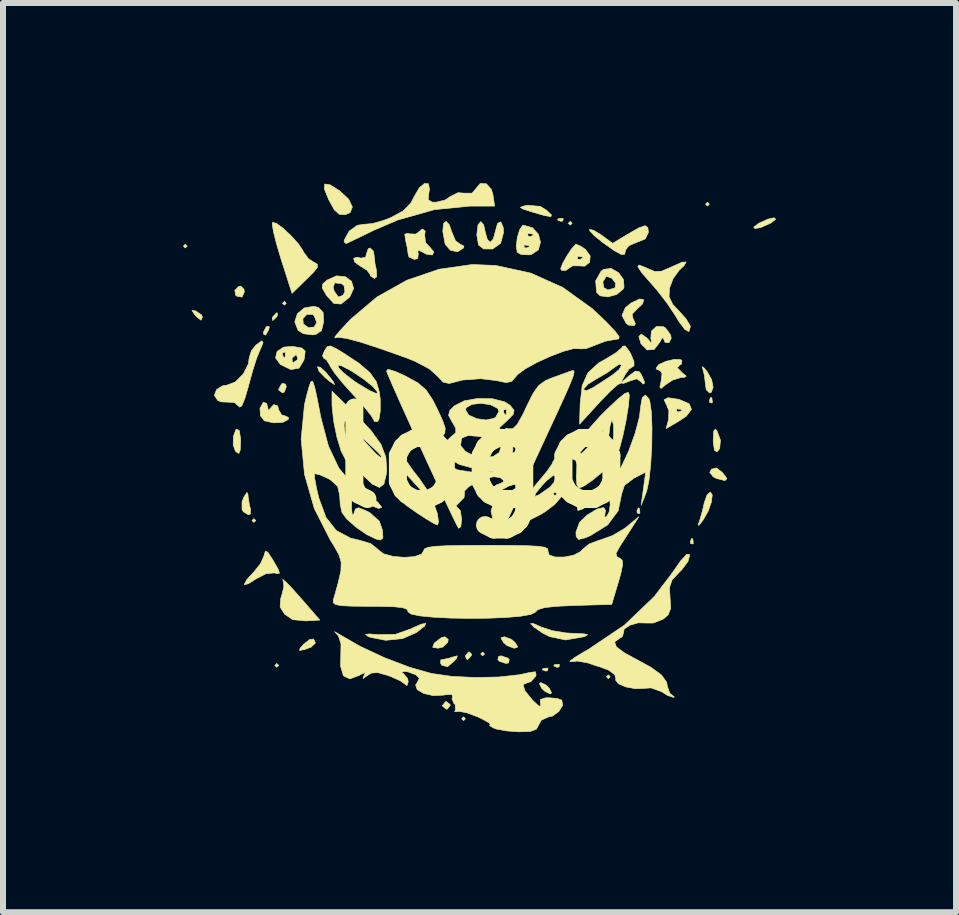
<source format=kicad_pcb>
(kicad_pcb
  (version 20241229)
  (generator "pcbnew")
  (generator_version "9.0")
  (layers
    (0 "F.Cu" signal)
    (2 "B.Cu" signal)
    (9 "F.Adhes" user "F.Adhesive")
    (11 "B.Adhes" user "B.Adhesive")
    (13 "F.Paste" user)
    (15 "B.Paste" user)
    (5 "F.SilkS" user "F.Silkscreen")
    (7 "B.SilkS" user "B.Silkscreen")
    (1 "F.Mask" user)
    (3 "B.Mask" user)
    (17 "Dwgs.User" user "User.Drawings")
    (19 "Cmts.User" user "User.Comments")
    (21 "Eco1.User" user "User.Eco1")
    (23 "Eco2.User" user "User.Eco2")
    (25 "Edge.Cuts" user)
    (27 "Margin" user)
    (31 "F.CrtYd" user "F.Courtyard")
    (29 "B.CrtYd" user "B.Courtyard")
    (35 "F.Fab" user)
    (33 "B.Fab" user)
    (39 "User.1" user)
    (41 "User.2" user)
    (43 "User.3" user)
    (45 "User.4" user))
  (footprint "logo"
    (layer "F.Cu")
    (at 4.958 4.574)
    (property "Reference" "logo" (at 0 0 0) (layer "F.SilkS") (effects (font (size 1.524 1.524) (thickness 0.3))))
    (attr through_hole)
    (fp_poly (pts (xy -4.889 -3.524) (xy -4.921 -3.493) (xy -4.953 -3.524) (xy -4.921 -3.556) (xy -4.889 -3.524)) (stroke (width 0.01) (type solid)) (fill yes) (layer "F.SilkS"))
    (fp_poly (pts (xy -3.747 1.048) (xy -3.778 1.079) (xy -3.81 1.048) (xy -3.778 1.016) (xy -3.747 1.048)) (stroke (width 0.01) (type solid)) (fill yes) (layer "F.SilkS"))
    (fp_poly (pts (xy -3.365 3.461) (xy -3.397 3.493) (xy -3.429 3.461) (xy -3.397 3.429) (xy -3.365 3.461)) (stroke (width 0.01) (type solid)) (fill yes) (layer "F.SilkS"))
    (fp_poly (pts (xy -3.239 -2.572) (xy -3.27 -2.54) (xy -3.302 -2.572) (xy -3.27 -2.603) (xy -3.239 -2.572)) (stroke (width 0.01) (type solid)) (fill yes) (layer "F.SilkS"))
    (fp_poly (pts (xy -0.254 4.35) (xy -0.286 4.381) (xy -0.318 4.35) (xy -0.286 4.318) (xy -0.254 4.35)) (stroke (width 0.01) (type solid)) (fill yes) (layer "F.SilkS"))
    (fp_poly (pts (xy 0.064 3.27) (xy 0.032 3.302) (xy 0 3.27) (xy 0.032 3.239) (xy 0.064 3.27)) (stroke (width 0.01) (type solid)) (fill yes) (layer "F.SilkS"))
    (fp_poly (pts (xy 1.524 -3.905) (xy 1.492 -3.873) (xy 1.46 -3.905) (xy 1.492 -3.937) (xy 1.524 -3.905)) (stroke (width 0.01) (type solid)) (fill yes) (layer "F.SilkS"))
    (fp_poly (pts (xy 2.159 3.651) (xy 2.127 3.683) (xy 2.095 3.651) (xy 2.127 3.619) (xy 2.159 3.651)) (stroke (width 0.01) (type solid)) (fill yes) (layer "F.SilkS"))
    (fp_poly (pts (xy 2.336 -1.243) (xy 2.331 -1.238) (xy 2.333 -1.242) (xy 2.334 -1.243) (xy 2.336 -1.243)) (stroke (width 0.01) (type solid)) (fill yes) (layer "F.SilkS"))
    (fp_poly (pts (xy 3.81 -4.223) (xy 3.778 -4.191) (xy 3.747 -4.223) (xy 3.778 -4.255) (xy 3.81 -4.223)) (stroke (width 0.01) (type solid)) (fill yes) (layer "F.SilkS"))
    (fp_poly (pts (xy 1.122 3.514) (xy 1.113 3.551) (xy 1.079 3.556) (xy 1.027 3.533) (xy 1.037 3.514) (xy 1.113 3.506) (xy 1.122 3.514)) (stroke (width 0.01) (type solid)) (fill yes) (layer "F.SilkS"))
    (fp_poly (pts (xy 1.312 3.45) (xy 1.304 3.488) (xy 1.27 3.493) (xy 1.218 3.469) (xy 1.228 3.45) (xy 1.303 3.443) (xy 1.312 3.45)) (stroke (width 0.01) (type solid)) (fill yes) (layer "F.SilkS"))
    (fp_poly (pts (xy 1.376 -3.979) (xy 1.367 -3.942) (xy 1.333 -3.937) (xy 1.281 -3.96) (xy 1.291 -3.979) (xy 1.367 -3.987) (xy 1.376 -3.979)) (stroke (width 0.01) (type solid)) (fill yes) (layer "F.SilkS"))
    (fp_poly (pts (xy 2.646 0.847) (xy 2.653 0.922) (xy 2.646 0.931) (xy 2.608 0.923) (xy 2.603 0.889) (xy 2.627 0.837) (xy 2.646 0.847)) (stroke (width 0.01) (type solid)) (fill yes) (layer "F.SilkS"))
    (fp_poly (pts (xy 3.535 1.355) (xy 3.542 1.43) (xy 3.535 1.439) (xy 3.497 1.431) (xy 3.493 1.397) (xy 3.516 1.345) (xy 3.535 1.355)) (stroke (width 0.01) (type solid)) (fill yes) (layer "F.SilkS"))
    (fp_poly (pts (xy 3.852 -0.995) (xy 3.86 -0.919) (xy 3.852 -0.91) (xy 3.815 -0.919) (xy 3.81 -0.953) (xy 3.833 -1.005) (xy 3.852 -0.995)) (stroke (width 0.01) (type solid)) (fill yes) (layer "F.SilkS"))
    (fp_poly (pts (xy -3.521 -2.18) (xy -3.532 -2.131) (xy -3.583 -2.041) (xy -3.616 -2.056) (xy -3.619 -2.092) (xy -3.573 -2.178) (xy -3.557 -2.19) (xy -3.521 -2.18)) (stroke (width 0.01) (type solid)) (fill yes) (layer "F.SilkS"))
    (fp_poly (pts (xy -4.76 -2.447) (xy -4.74 -2.439) (xy -4.65 -2.377) (xy -4.636 -2.343) (xy -4.658 -2.289) (xy -4.73 -2.344) (xy -4.764 -2.383) (xy -4.81 -2.452) (xy -4.76 -2.447)) (stroke (width 0.01) (type solid)) (fill yes) (layer "F.SilkS"))
    (fp_poly (pts (xy -3.944 -2.806) (xy -3.937 -2.762) (xy -3.976 -2.675) (xy -4.064 -2.69) (xy -4.083 -2.708) (xy -4.096 -2.787) (xy -4.032 -2.851) (xy -3.997 -2.857) (xy -3.944 -2.806)) (stroke (width 0.01) (type solid)) (fill yes) (layer "F.SilkS"))
    (fp_poly (pts (xy -3.385 -2.372) (xy -3.397 -2.349) (xy -3.457 -2.289) (xy -3.468 -2.286) (xy -3.473 -2.327) (xy -3.461 -2.349) (xy -3.401 -2.41) (xy -3.39 -2.413) (xy -3.385 -2.372)) (stroke (width 0.01) (type solid)) (fill yes) (layer "F.SilkS"))
    (fp_poly (pts (xy -3.248 -1.224) (xy -3.239 -1.178) (xy -3.272 -1.092) (xy -3.302 -1.079) (xy -3.364 -1.125) (xy -3.365 -1.139) (xy -3.319 -1.225) (xy -3.302 -1.238) (xy -3.248 -1.224)) (stroke (width 0.01) (type solid)) (fill yes) (layer "F.SilkS"))
    (fp_poly (pts (xy -2.753 3.088) (xy -2.826 3.157) (xy -2.926 3.195) (xy -3.017 3.213) (xy -3.01 3.177) (xy -2.95 3.109) (xy -2.849 3.03) (xy -2.784 3.022) (xy -2.753 3.088)) (stroke (width 0.01) (type solid)) (fill yes) (layer "F.SilkS"))
    (fp_poly (pts (xy -0.51 4.112) (xy -0.508 4.128) (xy -0.556 4.189) (xy -0.572 4.191) (xy -0.633 4.143) (xy -0.635 4.128) (xy -0.587 4.066) (xy -0.572 4.064) (xy -0.51 4.112)) (stroke (width 0.01) (type solid)) (fill yes) (layer "F.SilkS"))
    (fp_poly (pts (xy -0.149 3.277) (xy -0.159 3.302) (xy -0.216 3.363) (xy -0.226 3.365) (xy -0.253 3.316) (xy -0.254 3.302) (xy -0.205 3.241) (xy -0.187 3.239) (xy -0.149 3.277)) (stroke (width 0.01) (type solid)) (fill yes) (layer "F.SilkS"))
    (fp_poly (pts (xy 0.107 0.422) (xy 0.095 0.445) (xy 0.035 0.505) (xy 0.024 0.508) (xy 0.02 0.467) (xy 0.032 0.445) (xy 0.092 0.384) (xy 0.103 0.381) (xy 0.107 0.422)) (stroke (width 0.01) (type solid)) (fill yes) (layer "F.SilkS"))
    (fp_poly (pts (xy 0.451 3.339) (xy 0.476 3.365) (xy 0.463 3.42) (xy 0.42 3.429) (xy 0.311 3.392) (xy 0.286 3.365) (xy 0.299 3.311) (xy 0.342 3.302) (xy 0.451 3.339)) (stroke (width 0.01) (type solid)) (fill yes) (layer "F.SilkS"))
    (fp_poly (pts (xy 1.09 3.79) (xy 1.143 3.842) (xy 1.181 3.918) (xy 1.159 3.937) (xy 1.069 3.893) (xy 1.016 3.842) (xy 0.978 3.765) (xy 1 3.747) (xy 1.09 3.79)) (stroke (width 0.01) (type solid)) (fill yes) (layer "F.SilkS"))
    (fp_poly (pts (xy -0.541 3.029) (xy -0.549 3.08) (xy -0.635 3.158) (xy -0.713 3.175) (xy -0.8 3.16) (xy -0.776 3.097) (xy -0.762 3.08) (xy -0.655 2.999) (xy -0.597 2.985) (xy -0.541 3.029)) (stroke (width 0.01) (type solid)) (fill yes) (layer "F.SilkS"))
    (fp_poly (pts (xy 3.937 -0.445) (xy 3.994 -0.292) (xy 3.982 -0.152) (xy 3.937 -0.095) (xy 3.895 -0.123) (xy 3.875 -0.255) (xy 3.874 -0.298) (xy 3.883 -0.444) (xy 3.91 -0.476) (xy 3.937 -0.445)) (stroke (width 0.01) (type solid)) (fill yes) (layer "F.SilkS"))
    (fp_poly (pts (xy 4.031 0.252) (xy 4.101 0.347) (xy 4.076 0.379) (xy 4.058 0.38) (xy 3.927 0.347) (xy 3.874 0.319) (xy 3.816 0.245) (xy 3.847 0.192) (xy 3.929 0.171) (xy 4.031 0.252)) (stroke (width 0.01) (type solid)) (fill yes) (layer "F.SilkS"))
    (fp_poly (pts (xy -2.672 -1.506) (xy -2.579 -1.42) (xy -2.551 -1.387) (xy -2.449 -1.256) (xy -2.435 -1.217) (xy -2.51 -1.267) (xy -2.593 -1.335) (xy -2.692 -1.438) (xy -2.72 -1.513) (xy -2.72 -1.513) (xy -2.672 -1.506)) (stroke (width 0.01) (type solid)) (fill yes) (layer "F.SilkS"))
    (fp_poly (pts (xy -0.407 3.348) (xy -0.436 3.385) (xy -0.553 3.483) (xy -0.645 3.459) (xy -0.667 3.429) (xy -0.665 3.37) (xy -0.644 3.365) (xy -0.536 3.345) (xy -0.466 3.322) (xy -0.387 3.301) (xy -0.407 3.348)) (stroke (width 0.01) (type solid)) (fill yes) (layer "F.SilkS"))
    (fp_poly (pts (xy 0.516 3.03) (xy 0.572 3.08) (xy 0.617 3.155) (xy 0.562 3.175) (xy 0.555 3.175) (xy 0.437 3.13) (xy 0.381 3.08) (xy 0.336 3.004) (xy 0.39 2.985) (xy 0.397 2.985) (xy 0.516 3.03)) (stroke (width 0.01) (type solid)) (fill yes) (layer "F.SilkS"))
    (fp_poly (pts (xy 0.993 -4.186) (xy 1.098 -4.121) (xy 1.179 -4.044) (xy 1.17 -4.015) (xy 1.063 -4.033) (xy 0.858 -4.092) (xy 0.704 -4.142) (xy 0.661 -4.17) (xy 0.72 -4.192) (xy 0.782 -4.204) (xy 0.993 -4.186)) (stroke (width 0.01) (type solid)) (fill yes) (layer "F.SilkS"))
    (fp_poly (pts (xy 4.914 -3.972) (xy 4.835 -3.91) (xy 4.826 -3.905) (xy 4.677 -3.838) (xy 4.572 -3.815) (xy 4.548 -3.839) (xy 4.627 -3.9) (xy 4.636 -3.905) (xy 4.785 -3.973) (xy 4.889 -3.996) (xy 4.914 -3.972)) (stroke (width 0.01) (type solid)) (fill yes) (layer "F.SilkS"))
    (fp_poly (pts (xy -4.021 -0.449) (xy -4.001 -0.32) (xy -4 -0.289) (xy -4.006 -0.127) (xy -4.028 -0.07) (xy -4.076 -0.097) (xy -4.085 -0.106) (xy -4.123 -0.209) (xy -4.12 -0.352) (xy -4.08 -0.462) (xy -4.064 -0.476) (xy -4.021 -0.449)) (stroke (width 0.01) (type solid)) (fill yes) (layer "F.SilkS"))
    (fp_poly (pts (xy -3.877 0.613) (xy -3.875 0.646) (xy -3.851 0.803) (xy -3.835 0.852) (xy -3.836 0.937) (xy -3.869 0.953) (xy -3.953 0.902) (xy -3.976 0.861) (xy -3.976 0.735) (xy -3.944 0.655) (xy -3.893 0.579) (xy -3.877 0.613)) (stroke (width 0.01) (type solid)) (fill yes) (layer "F.SilkS"))
    (fp_poly (pts (xy -2.509 -4.545) (xy -2.351 -4.446) (xy -2.199 -4.305) (xy -2.138 -4.176) (xy -2.175 -4.082) (xy -2.254 -4.048) (xy -2.354 -4.053) (xy -2.437 -4.127) (xy -2.532 -4.297) (xy -2.605 -4.477) (xy -2.598 -4.559) (xy -2.509 -4.545)) (stroke (width 0.01) (type solid)) (fill yes) (layer "F.SilkS"))
    (fp_poly (pts (xy 3.723 -1.492) (xy 3.773 -1.432) (xy 3.848 -1.299) (xy 3.872 -1.169) (xy 3.84 -1.088) (xy 3.81 -1.079) (xy 3.758 -1.132) (xy 3.747 -1.201) (xy 3.727 -1.372) (xy 3.71 -1.439) (xy 3.691 -1.515) (xy 3.723 -1.492)) (stroke (width 0.01) (type solid)) (fill yes) (layer "F.SilkS"))
    (fp_poly (pts (xy 2.64 -1.433) (xy 2.67 -1.394) (xy 2.722 -1.279) (xy 2.729 -1.238) (xy 2.703 -1.225) (xy 2.674 -1.261) (xy 2.599 -1.314) (xy 2.493 -1.279) (xy 2.381 -1.238) (xy 2.336 -1.243) (xy 2.471 -1.363) (xy 2.577 -1.442) (xy 2.64 -1.433)) (stroke (width 0.01) (type solid)) (fill yes) (layer "F.SilkS"))
    (fp_poly (pts (xy 3.858 0.621) (xy 3.843 0.742) (xy 3.788 0.895) (xy 3.705 1.039) (xy 3.703 1.043) (xy 3.634 1.131) (xy 3.625 1.118) (xy 3.648 1.048) (xy 3.695 0.886) (xy 3.727 0.746) (xy 3.772 0.62) (xy 3.825 0.572) (xy 3.858 0.621)) (stroke (width 0.01) (type solid)) (fill yes) (layer "F.SilkS"))
    (fp_poly (pts (xy -0.936 2.807) (xy -1.067 2.912) (xy -1.07 2.914) (xy -1.303 3.015) (xy -1.581 3.043) (xy -1.84 2.993) (xy -1.873 2.979) (xy -1.919 2.946) (xy -1.855 2.937) (xy -1.707 2.949) (xy -1.418 2.943) (xy -1.172 2.856) (xy -0.995 2.776) (xy -0.914 2.76) (xy -0.936 2.807)) (stroke (width 0.01) (type solid)) (fill yes) (layer "F.SilkS"))
    (fp_poly (pts (xy -0.524 -3.882) (xy -0.477 -3.75) (xy -0.476 -3.747) (xy -0.419 -3.611) (xy -0.34 -3.556) (xy -0.279 -3.524) (xy -0.286 -3.493) (xy -0.384 -3.429) (xy -0.503 -3.454) (xy -0.589 -3.552) (xy -0.595 -3.572) (xy -0.631 -3.771) (xy -0.619 -3.901) (xy -0.577 -3.937) (xy -0.524 -3.882)) (stroke (width 0.01) (type solid)) (fill yes) (layer "F.SilkS"))
    (fp_poly (pts (xy 1.013 2.824) (xy 1.188 2.882) (xy 1.42 2.92) (xy 1.537 2.927) (xy 1.718 2.935) (xy 1.782 2.949) (xy 1.742 2.975) (xy 1.714 2.985) (xy 1.414 3.037) (xy 1.149 2.982) (xy 1.032 2.922) (xy 0.884 2.821) (xy 0.831 2.765) (xy 0.875 2.763) (xy 1.013 2.824)) (stroke (width 0.01) (type solid)) (fill yes) (layer "F.SilkS"))
    (fp_poly (pts (xy 2.717 -2.632) (xy 2.697 -2.562) (xy 2.617 -2.487) (xy 2.523 -2.39) (xy 2.538 -2.314) (xy 2.544 -2.308) (xy 2.577 -2.227) (xy 2.556 -2.2) (xy 2.466 -2.207) (xy 2.423 -2.238) (xy 2.354 -2.368) (xy 2.41 -2.498) (xy 2.51 -2.579) (xy 2.648 -2.643) (xy 2.717 -2.632)) (stroke (width 0.01) (type solid)) (fill yes) (layer "F.SilkS"))
    (fp_poly (pts (xy -3.24 2.076) (xy -3.128 2.193) (xy -2.981 2.358) (xy -2.972 2.369) (xy -2.68 2.706) (xy -2.916 2.72) (xy -3.131 2.699) (xy -3.266 2.608) (xy -3.341 2.489) (xy -3.333 2.353) (xy -3.314 2.294) (xy -3.279 2.153) (xy -3.285 2.07) (xy -3.286 2.069) (xy -3.297 2.032) (xy -3.293 2.032) (xy -3.24 2.076)) (stroke (width 0.01) (type solid)) (fill yes) (layer "F.SilkS"))
    (fp_poly (pts (xy -3.565 -0.904) (xy -3.551 -0.845) (xy -3.535 -0.783) (xy -3.514 -0.81) (xy -3.447 -0.884) (xy -3.381 -0.859) (xy -3.365 -0.794) (xy -3.314 -0.71) (xy -3.267 -0.699) (xy -3.201 -0.668) (xy -3.207 -0.635) (xy -3.299 -0.587) (xy -3.453 -0.58) (xy -3.604 -0.614) (xy -3.669 -0.697) (xy -3.677 -0.823) (xy -3.622 -0.919) (xy -3.619 -0.921) (xy -3.565 -0.904)) (stroke (width 0.01) (type solid)) (fill yes) (layer "F.SilkS"))
    (fp_poly (pts (xy -3.404 -3.904) (xy -3.29 -3.82) (xy -3.158 -3.696) (xy -3.038 -3.563) (xy -2.961 -3.448) (xy -2.952 -3.426) (xy -2.87 -3.315) (xy -2.79 -3.263) (xy -2.722 -3.223) (xy -2.719 -3.172) (xy -2.79 -3.083) (xy -2.903 -2.971) (xy -3.143 -2.737) (xy -3.326 -3.308) (xy -3.401 -3.559) (xy -3.452 -3.763) (xy -3.473 -3.891) (xy -3.468 -3.919) (xy -3.404 -3.904)) (stroke (width 0.01) (type solid)) (fill yes) (layer "F.SilkS"))
    (fp_poly (pts (xy -1.787 -3.44) (xy -1.777 -3.381) (xy -1.76 -3.229) (xy -1.738 -3.127) (xy -1.733 -3.013) (xy -1.771 -2.985) (xy -1.838 -3.03) (xy -1.841 -3.049) (xy -1.893 -3.121) (xy -1.998 -3.186) (xy -2.099 -3.258) (xy -2.117 -3.321) (xy -2.053 -3.339) (xy -1.998 -3.324) (xy -1.918 -3.337) (xy -1.905 -3.39) (xy -1.873 -3.479) (xy -1.841 -3.493) (xy -1.787 -3.44)) (stroke (width 0.01) (type solid)) (fill yes) (layer "F.SilkS"))
    (fp_poly (pts (xy 0.05 -3.878) (xy 0.075 -3.762) (xy 0.11 -3.636) (xy 0.159 -3.588) (xy 0.211 -3.643) (xy 0.242 -3.762) (xy 0.282 -3.904) (xy 0.335 -3.928) (xy 0.375 -3.837) (xy 0.381 -3.749) (xy 0.332 -3.57) (xy 0.199 -3.476) (xy 0.048 -3.477) (xy -0.036 -3.542) (xy -0.063 -3.702) (xy -0.064 -3.719) (xy -0.044 -3.878) (xy 0.002 -3.933) (xy 0.05 -3.878)) (stroke (width 0.01) (type solid)) (fill yes) (layer "F.SilkS"))
    (fp_poly (pts (xy -3.547 1.575) (xy -3.469 1.694) (xy -3.452 1.723) (xy -3.37 1.866) (xy -3.353 1.927) (xy -3.398 1.931) (xy -3.44 1.92) (xy -3.58 1.935) (xy -3.747 2.022) (xy -3.751 2.025) (xy -3.871 2.101) (xy -3.934 2.116) (xy -3.937 2.108) (xy -3.895 2.032) (xy -3.792 1.918) (xy -3.782 1.908) (xy -3.667 1.766) (xy -3.607 1.629) (xy -3.607 1.627) (xy -3.587 1.557) (xy -3.547 1.575)) (stroke (width 0.01) (type solid)) (fill yes) (layer "F.SilkS"))
    (fp_poly (pts (xy 2.785 -3.833) (xy 2.794 -3.752) (xy 2.742 -3.644) (xy 2.603 -3.588) (xy 2.47 -3.532) (xy 2.413 -3.457) (xy 2.413 -3.456) (xy 2.399 -3.388) (xy 2.343 -3.384) (xy 2.226 -3.448) (xy 2.049 -3.573) (xy 1.904 -3.688) (xy 1.82 -3.773) (xy 1.811 -3.801) (xy 1.878 -3.789) (xy 1.999 -3.717) (xy 2.021 -3.701) (xy 2.198 -3.57) (xy 2.449 -3.721) (xy 2.635 -3.828) (xy 2.74 -3.864) (xy 2.785 -3.833)) (stroke (width 0.01) (type solid)) (fill yes) (layer "F.SilkS"))
    (fp_poly (pts (xy 3.044 -2.182) (xy 3.08 -2.159) (xy 3.16 -2.051) (xy 3.175 -1.992) (xy 3.138 -1.915) (xy 3.073 -1.919) (xy 3.044 -1.984) (xy 3.023 -1.997) (xy 2.983 -1.921) (xy 2.889 -1.801) (xy 2.773 -1.794) (xy 2.671 -1.897) (xy 2.635 -2.018) (xy 2.675 -2.058) (xy 2.765 -1.997) (xy 2.777 -1.983) (xy 2.842 -1.911) (xy 2.847 -1.938) (xy 2.835 -1.98) (xy 2.843 -2.107) (xy 2.928 -2.185) (xy 3.044 -2.182)) (stroke (width 0.01) (type solid)) (fill yes) (layer "F.SilkS"))
    (fp_poly (pts (xy 3.294 -0.972) (xy 3.311 -0.968) (xy 3.474 -0.897) (xy 3.512 -0.804) (xy 3.426 -0.691) (xy 3.307 -0.611) (xy 3.09 -0.484) (xy 3.13 -0.636) (xy 3.135 -0.785) (xy 3.127 -0.804) (xy 3.26 -0.804) (xy 3.268 -0.767) (xy 3.302 -0.762) (xy 3.354 -0.785) (xy 3.344 -0.804) (xy 3.269 -0.812) (xy 3.26 -0.804) (xy 3.127 -0.804) (xy 3.1 -0.871) (xy 3.055 -0.964) (xy 3.121 -0.998) (xy 3.294 -0.972)) (stroke (width 0.01) (type solid)) (fill yes) (layer "F.SilkS"))
    (fp_poly (pts (xy 3.332 -1.632) (xy 3.351 -1.62) (xy 3.347 -1.559) (xy 3.315 -1.541) (xy 3.276 -1.498) (xy 3.346 -1.424) (xy 3.424 -1.358) (xy 3.397 -1.338) (xy 3.339 -1.336) (xy 3.199 -1.293) (xy 3.091 -1.222) (xy 3.004 -1.152) (xy 2.985 -1.176) (xy 3.008 -1.286) (xy 3.021 -1.406) (xy 2.992 -1.445) (xy 2.927 -1.476) (xy 2.923 -1.492) (xy 2.967 -1.551) (xy 3.086 -1.604) (xy 3.225 -1.637) (xy 3.332 -1.632)) (stroke (width 0.01) (type solid)) (fill yes) (layer "F.SilkS"))
    (fp_poly (pts (xy -2.704 -2.502) (xy -2.625 -2.42) (xy -2.616 -2.262) (xy -2.652 -2.116) (xy -2.744 -2.054) (xy -2.799 -2.045) (xy -2.953 -2.064) (xy -3.043 -2.121) (xy -3.097 -2.263) (xy -3.08 -2.316) (xy -2.962 -2.316) (xy -2.956 -2.228) (xy -2.869 -2.165) (xy -2.774 -2.176) (xy -2.731 -2.251) (xy -2.773 -2.361) (xy -2.8 -2.385) (xy -2.895 -2.388) (xy -2.962 -2.316) (xy -3.08 -2.316) (xy -3.054 -2.397) (xy -2.94 -2.493) (xy -2.784 -2.521) (xy -2.704 -2.502)) (stroke (width 0.01) (type solid)) (fill yes) (layer "F.SilkS"))
    (fp_poly (pts (xy -0.924 -3.775) (xy -0.933 -3.706) (xy -0.919 -3.583) (xy -0.856 -3.516) (xy -0.781 -3.427) (xy -0.805 -3.376) (xy -0.904 -3.389) (xy -0.953 -3.415) (xy -1.04 -3.459) (xy -1.047 -3.421) (xy -1.039 -3.396) (xy -1.05 -3.316) (xy -1.104 -3.302) (xy -1.194 -3.342) (xy -1.207 -3.381) (xy -1.224 -3.502) (xy -1.249 -3.614) (xy -1.265 -3.722) (xy -1.216 -3.738) (xy -1.187 -3.728) (xy -1.08 -3.724) (xy -1.046 -3.749) (xy -0.972 -3.81) (xy -0.924 -3.775)) (stroke (width 0.01) (type solid)) (fill yes) (layer "F.SilkS"))
    (fp_poly (pts (xy -2.256 -3.015) (xy -2.152 -2.938) (xy -2.117 -2.819) (xy -2.179 -2.68) (xy -2.187 -2.671) (xy -2.326 -2.559) (xy -2.446 -2.568) (xy -2.567 -2.7) (xy -2.569 -2.704) (xy -2.638 -2.824) (xy -2.637 -2.833) (xy -2.458 -2.833) (xy -2.439 -2.771) (xy -2.37 -2.676) (xy -2.295 -2.703) (xy -2.262 -2.765) (xy -2.277 -2.868) (xy -2.322 -2.899) (xy -2.433 -2.912) (xy -2.458 -2.833) (xy -2.637 -2.833) (xy -2.631 -2.894) (xy -2.561 -2.957) (xy -2.402 -3.028) (xy -2.256 -3.015)) (stroke (width 0.01) (type solid)) (fill yes) (layer "F.SilkS"))
    (fp_poly (pts (xy 2.295 -3.083) (xy 2.379 -2.967) (xy 2.388 -2.839) (xy 2.374 -2.809) (xy 2.266 -2.718) (xy 2.121 -2.678) (xy 1.99 -2.696) (xy 1.931 -2.754) (xy 1.917 -2.928) (xy 2.035 -2.928) (xy 2.05 -2.834) (xy 2.117 -2.794) (xy 2.224 -2.822) (xy 2.243 -2.836) (xy 2.247 -2.909) (xy 2.186 -2.988) (xy 2.106 -3.018) (xy 2.088 -3.012) (xy 2.035 -2.928) (xy 1.917 -2.928) (xy 1.915 -2.944) (xy 2.004 -3.103) (xy 2.047 -3.136) (xy 2.172 -3.152) (xy 2.295 -3.083)) (stroke (width 0.01) (type solid)) (fill yes) (layer "F.SilkS"))
    (fp_poly (pts (xy 1.664 -3.523) (xy 1.744 -3.47) (xy 1.824 -3.361) (xy 1.815 -3.253) (xy 1.732 -3.19) (xy 1.65 -3.194) (xy 1.533 -3.196) (xy 1.489 -3.169) (xy 1.418 -3.118) (xy 1.347 -3.121) (xy 1.333 -3.149) (xy 1.364 -3.232) (xy 1.427 -3.344) (xy 1.609 -3.344) (xy 1.617 -3.307) (xy 1.651 -3.302) (xy 1.703 -3.325) (xy 1.693 -3.344) (xy 1.618 -3.352) (xy 1.609 -3.344) (xy 1.427 -3.344) (xy 1.435 -3.359) (xy 1.517 -3.482) (xy 1.58 -3.552) (xy 1.589 -3.556) (xy 1.664 -3.523)) (stroke (width 0.01) (type solid)) (fill yes) (layer "F.SilkS"))
    (fp_poly (pts (xy -3.625 -1.915) (xy -3.68 -1.784) (xy -3.686 -1.772) (xy -3.735 -1.649) (xy -3.799 -1.446) (xy -3.865 -1.206) (xy -3.867 -1.197) (xy -3.929 -0.984) (xy -3.981 -0.86) (xy -4.017 -0.841) (xy -4.02 -0.847) (xy -4.105 -0.92) (xy -4.177 -0.923) (xy -4.321 -0.929) (xy -4.38 -0.952) (xy -4.437 -1.038) (xy -4.4 -1.134) (xy -4.294 -1.199) (xy -4.232 -1.206) (xy -4.088 -1.261) (xy -3.954 -1.395) (xy -3.869 -1.562) (xy -3.857 -1.661) (xy -3.819 -1.781) (xy -3.742 -1.877) (xy -3.646 -1.946) (xy -3.625 -1.915)) (stroke (width 0.01) (type solid)) (fill yes) (layer "F.SilkS"))
    (fp_poly (pts (xy 3.387 -3.197) (xy 3.307 -3.122) (xy 3.205 -2.982) (xy 3.146 -2.824) (xy 3.138 -2.678) (xy 3.199 -2.554) (xy 3.3 -2.447) (xy 3.421 -2.313) (xy 3.488 -2.202) (xy 3.493 -2.179) (xy 3.469 -2.1) (xy 3.401 -2.135) (xy 3.296 -2.277) (xy 3.247 -2.359) (xy 3.112 -2.564) (xy 2.939 -2.788) (xy 2.85 -2.89) (xy 2.687 -3.076) (xy 2.617 -3.181) (xy 2.639 -3.209) (xy 2.751 -3.165) (xy 2.777 -3.152) (xy 2.903 -3.1) (xy 3.015 -3.106) (xy 3.173 -3.174) (xy 3.19 -3.183) (xy 3.356 -3.256) (xy 3.423 -3.26) (xy 3.387 -3.197)) (stroke (width 0.01) (type solid)) (fill yes) (layer "F.SilkS"))
    (fp_poly (pts (xy -2.981 -1.827) (xy -2.924 -1.776) (xy -2.936 -1.664) (xy -2.946 -1.622) (xy -3.026 -1.491) (xy -3.162 -1.467) (xy -3.337 -1.552) (xy -3.409 -1.651) (xy -3.143 -1.651) (xy -3.138 -1.592) (xy -3.115 -1.587) (xy -3.051 -1.634) (xy -3.048 -1.651) (xy -3.07 -1.713) (xy -3.076 -1.714) (xy -3.13 -1.67) (xy -3.143 -1.651) (xy -3.409 -1.651) (xy -3.417 -1.663) (xy -3.405 -1.714) (xy -3.302 -1.714) (xy -3.279 -1.662) (xy -3.26 -1.672) (xy -3.252 -1.748) (xy -3.26 -1.757) (xy -3.297 -1.748) (xy -3.302 -1.714) (xy -3.405 -1.714) (xy -3.392 -1.769) (xy -3.283 -1.841) (xy -3.135 -1.853) (xy -2.981 -1.827)) (stroke (width 0.01) (type solid)) (fill yes) (layer "F.SilkS"))
    (fp_poly (pts (xy 0.864 -3.829) (xy 0.962 -3.721) (xy 0.996 -3.587) (xy 0.96 -3.462) (xy 0.847 -3.385) (xy 0.809 -3.378) (xy 0.674 -3.384) (xy 0.61 -3.419) (xy 0.593 -3.52) (xy 0.595 -3.535) (xy 0.72 -3.535) (xy 0.728 -3.497) (xy 0.762 -3.493) (xy 0.814 -3.516) (xy 0.804 -3.535) (xy 0.729 -3.542) (xy 0.72 -3.535) (xy 0.595 -3.535) (xy 0.61 -3.665) (xy 0.628 -3.725) (xy 0.783 -3.725) (xy 0.792 -3.688) (xy 0.826 -3.683) (xy 0.878 -3.706) (xy 0.868 -3.725) (xy 0.792 -3.733) (xy 0.783 -3.725) (xy 0.628 -3.725) (xy 0.651 -3.8) (xy 0.701 -3.872) (xy 0.711 -3.873) (xy 0.864 -3.829)) (stroke (width 0.01) (type solid)) (fill yes) (layer "F.SilkS"))
    (fp_poly (pts (xy -0.869 -4.562) (xy -0.853 -4.468) (xy -0.863 -4.413) (xy -0.875 -4.296) (xy -0.808 -4.257) (xy -0.745 -4.255) (xy -0.591 -4.291) (xy -0.509 -4.349) (xy -0.378 -4.414) (xy -0.279 -4.406) (xy -0.143 -4.406) (xy -0.089 -4.47) (xy -0.008 -4.567) (xy 0.094 -4.563) (xy 0.178 -4.469) (xy 0.204 -4.382) (xy 0.232 -4.191) (xy -0.176 -4.191) (xy -0.769 -4.132) (xy -1.382 -3.959) (xy -1.778 -3.789) (xy -1.987 -3.687) (xy -2.152 -3.608) (xy -2.238 -3.567) (xy -2.24 -3.566) (xy -2.275 -3.592) (xy -2.272 -3.624) (xy -2.191 -3.773) (xy -2.054 -3.871) (xy -1.936 -3.888) (xy -1.806 -3.899) (xy -1.616 -3.952) (xy -1.505 -3.995) (xy -1.289 -4.111) (xy -1.159 -4.248) (xy -1.108 -4.349) (xy -1.022 -4.496) (xy -0.934 -4.569) (xy -0.869 -4.562)) (stroke (width 0.01) (type solid)) (fill yes) (layer "F.SilkS"))
    (fp_poly (pts (xy 2.478 -1.769) (xy 2.5 -1.73) (xy 2.554 -1.598) (xy 2.554 -1.527) (xy 2.544 -1.524) (xy 2.47 -1.474) (xy 2.406 -1.381) (xy 2.333 -1.242) (xy 2.28 -1.215) (xy 2.165 -1.112) (xy 2.011 -0.955) (xy 1.975 -0.916) (xy 1.648 -0.558) (xy 1.657 -0.898) (xy 1.684 -1.134) (xy 1.714 -1.134) (xy 1.759 -1.113) (xy 1.873 -1.167) (xy 2.055 -1.285) (xy 2.191 -1.373) (xy 2.304 -1.466) (xy 2.349 -1.541) (xy 2.311 -1.557) (xy 2.238 -1.51) (xy 2.104 -1.413) (xy 1.931 -1.313) (xy 1.921 -1.308) (xy 1.785 -1.222) (xy 1.716 -1.145) (xy 1.714 -1.134) (xy 1.684 -1.134) (xy 1.691 -1.2) (xy 1.788 -1.415) (xy 1.967 -1.578) (xy 2.091 -1.648) (xy 2.249 -1.744) (xy 2.351 -1.831) (xy 2.365 -1.856) (xy 2.407 -1.861) (xy 2.478 -1.769)) (stroke (width 0.01) (type solid)) (fill yes) (layer "F.SilkS"))
    (fp_poly (pts (xy 1.318 0.056) (xy 1.356 0.195) (xy 1.375 0.372) (xy 1.369 0.544) (xy 1.338 0.658) (xy 1.239 0.774) (xy 1.077 0.899) (xy 1.017 0.937) (xy 0.82 1.037) (xy 0.694 1.077) (xy 0.653 1.051) (xy 0.669 1.012) (xy 0.708 0.9) (xy 0.727 0.792) (xy 0.779 0.658) (xy 0.785 0.648) (xy 0.902 0.648) (xy 0.98 0.615) (xy 0.996 0.603) (xy 1.206 0.603) (xy 1.238 0.635) (xy 1.27 0.603) (xy 1.238 0.572) (xy 1.206 0.603) (xy 0.996 0.603) (xy 1.142 0.5) (xy 1.164 0.482) (xy 1.248 0.378) (xy 1.26 0.306) (xy 1.21 0.295) (xy 1.101 0.381) (xy 1.016 0.47) (xy 0.912 0.6) (xy 0.902 0.648) (xy 0.785 0.648) (xy 0.891 0.485) (xy 0.975 0.383) (xy 1.104 0.229) (xy 1.188 0.108) (xy 1.206 0.063) (xy 1.251 0.002) (xy 1.264 0) (xy 1.318 0.056)) (stroke (width 0.01) (type solid)) (fill yes) (layer "F.SilkS"))
    (fp_poly (pts (xy -2.394 -1.808) (xy -2.312 -1.759) (xy -2.032 -1.575) (xy -1.848 -1.419) (xy -1.739 -1.266) (xy -1.687 -1.09) (xy -1.673 -0.965) (xy -1.673 -0.773) (xy -1.695 -0.638) (xy -1.716 -0.602) (xy -1.774 -0.604) (xy -1.778 -0.623) (xy -1.819 -0.693) (xy -1.927 -0.829) (xy -2.082 -1.003) (xy -2.126 -1.05) (xy -2.296 -1.239) (xy -2.431 -1.406) (xy -2.506 -1.52) (xy -2.512 -1.534) (xy -2.514 -1.539) (xy -2.382 -1.539) (xy -2.362 -1.49) (xy -2.27 -1.399) (xy -2.115 -1.28) (xy -2.046 -1.234) (xy -1.855 -1.119) (xy -1.741 -1.069) (xy -1.714 -1.085) (xy -1.782 -1.169) (xy -1.813 -1.199) (xy -1.948 -1.306) (xy -2.128 -1.428) (xy -2.175 -1.456) (xy -2.322 -1.532) (xy -2.382 -1.539) (xy -2.514 -1.539) (xy -2.57 -1.631) (xy -2.61 -1.651) (xy -2.636 -1.696) (xy -2.605 -1.775) (xy -2.558 -1.849) (xy -2.5 -1.861) (xy -2.394 -1.808)) (stroke (width 0.01) (type solid)) (fill yes) (layer "F.SilkS"))
    (fp_poly (pts (xy -2.089 -0.728) (xy -1.829 -0.454) (xy -1.663 -0.223) (xy -1.58 -0.01) (xy -1.565 0.208) (xy -1.571 0.27) (xy -1.612 0.44) (xy -1.686 0.497) (xy -1.804 0.441) (xy -1.94 0.314) (xy -2.062 0.158) (xy -2.12 -0.014) (xy -2.136 -0.2) (xy -2.156 -0.4) (xy -2.16 -0.413) (xy -2.064 -0.413) (xy -1.877 -0.206) (xy -1.742 -0.062) (xy -1.671 -0.004) (xy -1.651 -0.019) (xy -1.651 -0.02) (xy -1.694 -0.07) (xy -1.801 -0.174) (xy -1.857 -0.226) (xy -2.064 -0.413) (xy -2.16 -0.413) (xy -2.196 -0.55) (xy -2.223 -0.594) (xy -2.266 -0.612) (xy -2.275 -0.539) (xy -2.256 -0.381) (xy -2.223 -0.176) (xy -2.191 -0.007) (xy -2.183 0.032) (xy -2.166 0.119) (xy -2.196 0.102) (xy -2.247 0.041) (xy -2.324 -0.109) (xy -2.395 -0.34) (xy -2.449 -0.605) (xy -2.476 -0.858) (xy -2.477 -0.906) (xy -2.477 -1.107) (xy -2.089 -0.728)) (stroke (width 0.01) (type solid)) (fill yes) (layer "F.SilkS"))
    (fp_poly (pts (xy 0.249 -3.202) (xy 0.835 -3.074) (xy 1.368 -2.835) (xy 1.86 -2.481) (xy 2.093 -2.26) (xy 2.241 -2.103) (xy 2.307 -2.015) (xy 2.3 -1.977) (xy 2.233 -1.968) (xy 2.074 -1.939) (xy 1.9 -1.871) (xy 1.752 -1.815) (xy 1.648 -1.812) (xy 1.643 -1.815) (xy 1.544 -1.816) (xy 1.37 -1.768) (xy 1.155 -1.686) (xy 0.935 -1.585) (xy 0.744 -1.48) (xy 0.616 -1.386) (xy 0.593 -1.358) (xy 0.517 -1.27) (xy 0.422 -1.25) (xy 0.271 -1.282) (xy 0.002 -1.315) (xy -0.301 -1.293) (xy -0.525 -1.235) (xy -0.626 -1.258) (xy -0.718 -1.355) (xy -0.854 -1.478) (xy -1.095 -1.605) (xy -1.251 -1.667) (xy -1.68 -1.819) (xy -2.002 -1.924) (xy -2.229 -1.985) (xy -2.371 -2.005) (xy -2.43 -1.994) (xy -2.427 -2.015) (xy -2.35 -2.108) (xy -2.214 -2.255) (xy -2.159 -2.312) (xy -1.727 -2.677) (xy -1.229 -2.956) (xy -0.692 -3.139) (xy -0.143 -3.217) (xy 0.249 -3.202)) (stroke (width 0.01) (type solid)) (fill yes) (layer "F.SilkS"))
    (fp_poly (pts (xy -1.277 -0.044) (xy -1.274 -0.023) (xy -1.234 0.062) (xy -1.134 0.207) (xy -1.023 0.348) (xy -0.897 0.531) (xy -0.792 0.736) (xy -0.723 0.928) (xy -0.702 1.072) (xy -0.72 1.122) (xy -0.777 1.099) (xy -0.909 1.02) (xy -1.067 0.917) (xy -1.248 0.789) (xy -1.347 0.691) (xy -1.356 0.667) (xy -1.27 0.667) (xy -1.238 0.699) (xy -1.206 0.667) (xy -1.238 0.635) (xy -1.27 0.667) (xy -1.356 0.667) (xy -1.387 0.586) (xy -1.393 0.437) (xy -1.393 0.427) (xy -1.381 0.278) (xy -1.364 0.177) (xy -1.333 0.177) (xy -1.333 0.39) (xy -1.322 0.522) (xy -1.289 0.533) (xy -1.276 0.515) (xy -1.22 0.474) (xy -1.135 0.513) (xy -1.039 0.594) (xy -0.901 0.715) (xy -0.835 0.758) (xy -0.849 0.719) (xy -0.897 0.657) (xy -0.998 0.541) (xy -1.133 0.392) (xy -1.159 0.364) (xy -1.333 0.177) (xy -1.364 0.177) (xy -1.355 0.127) (xy -1.324 0.002) (xy -1.295 -0.065) (xy -1.277 -0.044)) (stroke (width 0.01) (type solid)) (fill yes) (layer "F.SilkS"))
    (fp_poly (pts (xy 2.802 -0.982) (xy 2.818 -0.936) (xy 2.844 -0.753) (xy 2.854 -0.49) (xy 2.85 -0.187) (xy 2.832 0.115) (xy 2.804 0.377) (xy 2.766 0.557) (xy 2.761 0.572) (xy 2.673 0.794) (xy 2.711 0.518) (xy 2.749 0.241) (xy 2.549 0.345) (xy 2.395 0.462) (xy 2.349 0.602) (xy 2.291 0.885) (xy 2.117 1.119) (xy 1.829 1.299) (xy 1.746 1.334) (xy 1.631 1.364) (xy 1.591 1.314) (xy 1.587 1.241) (xy 1.647 1.078) (xy 1.772 0.957) (xy 1.942 0.856) (xy 2.05 0.831) (xy 2.082 0.884) (xy 2.071 0.924) (xy 2.067 0.99) (xy 2.096 0.984) (xy 2.14 0.907) (xy 2.158 0.784) (xy 2.147 0.674) (xy 2.111 0.635) (xy 2.031 0.666) (xy 1.892 0.741) (xy 1.856 0.762) (xy 1.695 0.856) (xy 1.62 0.882) (xy 1.611 0.844) (xy 1.626 0.8) (xy 1.705 0.714) (xy 1.846 0.633) (xy 2.008 0.535) (xy 2.179 0.386) (xy 2.22 0.342) (xy 2.341 0.157) (xy 2.464 -0.105) (xy 2.571 -0.398) (xy 2.644 -0.674) (xy 2.667 -0.86) (xy 2.691 -0.998) (xy 2.744 -1.043) (xy 2.802 -0.982)) (stroke (width 0.01) (type solid)) (fill yes) (layer "F.SilkS"))
    (fp_poly (pts (xy 2.477 -1.042) (xy 2.461 -0.86) (xy 2.422 -0.619) (xy 2.369 -0.366) (xy 2.312 -0.149) (xy 2.264 -0.021) (xy 2.176 0.093) (xy 2.033 0.234) (xy 1.871 0.37) (xy 1.725 0.471) (xy 1.636 0.508) (xy 1.602 0.452) (xy 1.594 0.313) (xy 1.598 0.259) (xy 1.602 0.111) (xy 1.583 0.041) (xy 1.573 0.041) (xy 1.527 0.023) (xy 1.524 0.001) (xy 1.529 -0.016) (xy 2.121 -0.016) (xy 2.133 0.052) (xy 2.159 0.001) (xy 2.16 0) (xy 2.195 -0.172) (xy 2.215 -0.382) (xy 2.216 -0.407) (xy 2.211 -0.553) (xy 2.19 -0.617) (xy 2.18 -0.614) (xy 2.155 -0.532) (xy 2.134 -0.364) (xy 2.124 -0.206) (xy 2.121 -0.016) (xy 1.529 -0.016) (xy 1.55 -0.084) (xy 1.655 -0.084) (xy 1.67 -0.064) (xy 1.671 -0.064) (xy 1.721 -0.106) (xy 1.825 -0.213) (xy 1.877 -0.27) (xy 2.064 -0.476) (xy 1.857 -0.29) (xy 1.713 -0.154) (xy 1.655 -0.084) (xy 1.55 -0.084) (xy 1.577 -0.17) (xy 1.733 -0.401) (xy 1.987 -0.687) (xy 2.091 -0.792) (xy 2.281 -0.972) (xy 2.399 -1.068) (xy 2.46 -1.088) (xy 2.477 -1.042)) (stroke (width 0.01) (type solid)) (fill yes) (layer "F.SilkS"))
    (fp_poly (pts (xy 3.48 1.612) (xy 3.483 1.62) (xy 3.453 1.73) (xy 3.35 1.868) (xy 3.313 1.904) (xy 3.189 2.037) (xy 3.145 2.165) (xy 3.155 2.333) (xy 3.166 2.51) (xy 3.124 2.618) (xy 3.044 2.688) (xy 2.878 2.755) (xy 2.756 2.755) (xy 2.622 2.752) (xy 2.485 2.792) (xy 2.391 2.855) (xy 2.379 2.918) (xy 2.36 2.982) (xy 2.317 3.008) (xy 2.232 3.07) (xy 2.259 3.151) (xy 2.403 3.258) (xy 2.556 3.34) (xy 2.838 3.494) (xy 3.013 3.623) (xy 3.098 3.741) (xy 3.111 3.815) (xy 3.151 3.927) (xy 3.191 3.958) (xy 3.227 3.988) (xy 3.207 3.993) (xy 3.111 3.961) (xy 3.017 3.901) (xy 2.839 3.836) (xy 2.727 3.843) (xy 2.576 3.849) (xy 2.418 3.82) (xy 2.295 3.767) (xy 2.246 3.705) (xy 2.252 3.686) (xy 2.233 3.616) (xy 2.132 3.54) (xy 2 3.491) (xy 1.896 3.459) (xy 1.785 3.42) (xy 1.613 3.389) (xy 1.5 3.4) (xy 1.486 3.39) (xy 1.567 3.33) (xy 1.726 3.233) (xy 1.794 3.195) (xy 2.395 2.79) (xy 2.892 2.314) (xy 3.18 1.937) (xy 3.334 1.717) (xy 3.434 1.61) (xy 3.48 1.612)) (stroke (width 0.01) (type solid)) (fill yes) (layer "F.SilkS"))
    (fp_poly (pts (xy -2.368 2.936) (xy -2.349 2.948) (xy -2.004 3.146) (xy -1.596 3.336) (xy -1.181 3.494) (xy -0.823 3.595) (xy -0.483 3.644) (xy -0.093 3.663) (xy 0.3 3.655) (xy 0.645 3.617) (xy 0.811 3.581) (xy 0.912 3.567) (xy 0.923 3.621) (xy 0.915 3.644) (xy 0.836 3.733) (xy 0.787 3.747) (xy 0.707 3.78) (xy 0.734 3.88) (xy 0.868 4.045) (xy 0.868 4.045) (xy 0.969 4.139) (xy 1.003 4.138) (xy 0.997 4.112) (xy 0.992 4.031) (xy 1.078 4.002) (xy 1.134 4) (xy 1.278 4.013) (xy 1.352 4.041) (xy 1.365 4.126) (xy 1.302 4.229) (xy 1.197 4.305) (xy 1.135 4.318) (xy 1.01 4.373) (xy 0.971 4.445) (xy 0.927 4.525) (xy 0.828 4.561) (xy 0.643 4.568) (xy 0.436 4.553) (xy 0.264 4.522) (xy 0.222 4.508) (xy 0.148 4.465) (xy 0.159 4.448) (xy 0.145 4.422) (xy 0.04 4.362) (xy -0.054 4.317) (xy -0.23 4.251) (xy -0.362 4.226) (xy -0.397 4.233) (xy -0.434 4.233) (xy -0.422 4.205) (xy -0.423 4.117) (xy -0.445 4.096) (xy -0.479 4.016) (xy -0.467 3.986) (xy -0.48 3.944) (xy -0.606 3.953) (xy -0.622 3.957) (xy -0.794 3.964) (xy -0.95 3.929) (xy -1.057 3.865) (xy -1.084 3.788) (xy -1.062 3.754) (xy -1.022 3.676) (xy -1.08 3.618) (xy -1.216 3.567) (xy -1.27 3.562) (xy -1.322 3.576) (xy -1.286 3.598) (xy -1.217 3.681) (xy -1.207 3.736) (xy -1.228 3.797) (xy -1.255 3.778) (xy -1.341 3.717) (xy -1.497 3.647) (xy -1.543 3.63) (xy -1.714 3.581) (xy -1.821 3.589) (xy -1.889 3.63) (xy -1.961 3.682) (xy -1.953 3.648) (xy -1.942 3.631) (xy -1.923 3.579) (xy -1.984 3.605) (xy -2.017 3.625) (xy -2.18 3.686) (xy -2.287 3.635) (xy -2.334 3.475) (xy -2.331 3.319) (xy -2.327 3.102) (xy -2.369 2.972) (xy -2.406 2.93) (xy -2.434 2.899) (xy -2.368 2.936)) (stroke (width 0.01) (type solid)) (fill yes) (layer "F.SilkS"))
    (fp_poly (pts (xy -2.797 -1.266) (xy -2.764 -1.169) (xy -2.721 -0.97) (xy -2.663 -0.672) (xy -2.538 -0.197) (xy -2.364 0.173) (xy -2.131 0.454) (xy -1.853 0.648) (xy -1.719 0.738) (xy -1.653 0.819) (xy -1.651 0.829) (xy -1.698 0.848) (xy -1.824 0.798) (xy -1.877 0.768) (xy -2.024 0.685) (xy -2.118 0.639) (xy -2.131 0.635) (xy -2.148 0.691) (xy -2.152 0.826) (xy -2.152 0.841) (xy -2.14 0.949) (xy -2.12 0.952) (xy -2.115 0.937) (xy -2.085 0.853) (xy -2.032 0.835) (xy -1.92 0.881) (xy -1.846 0.918) (xy -1.688 1.059) (xy -1.638 1.205) (xy -1.628 1.336) (xy -1.668 1.373) (xy -1.741 1.357) (xy -1.901 1.28) (xy -2.079 1.156) (xy -2.231 1.022) (xy -2.312 0.912) (xy -2.34 0.778) (xy -2.349 0.631) (xy -2.382 0.479) (xy -2.501 0.371) (xy -2.546 0.346) (xy -2.683 0.285) (xy -2.763 0.268) (xy -2.768 0.27) (xy -2.766 0.34) (xy -2.738 0.496) (xy -2.697 0.671) (xy -2.577 0.997) (xy -2.405 1.215) (xy -2.165 1.342) (xy -2.026 1.374) (xy -1.83 1.433) (xy -1.713 1.527) (xy -1.71 1.532) (xy -1.619 1.602) (xy -1.461 1.645) (xy -1.275 1.661) (xy -1.102 1.649) (xy -0.983 1.606) (xy -0.953 1.556) (xy -0.936 1.52) (xy -0.875 1.494) (xy -0.753 1.477) (xy -0.552 1.467) (xy -0.257 1.462) (xy 0.102 1.46) (xy 0.494 1.462) (xy 0.775 1.467) (xy 0.961 1.477) (xy 1.07 1.494) (xy 1.118 1.519) (xy 1.121 1.554) (xy 1.12 1.556) (xy 1.142 1.623) (xy 1.246 1.656) (xy 1.394 1.656) (xy 1.547 1.626) (xy 1.665 1.565) (xy 1.695 1.532) (xy 1.805 1.44) (xy 1.975 1.375) (xy 1.994 1.371) (xy 2.193 1.3) (xy 2.394 1.182) (xy 2.427 1.156) (xy 2.635 0.984) (xy 2.524 1.159) (xy 2.41 1.337) (xy 2.315 1.485) (xy 2.254 1.597) (xy 2.271 1.652) (xy 2.31 1.671) (xy 2.357 1.707) (xy 2.365 1.784) (xy 2.334 1.933) (xy 2.293 2.076) (xy 2.183 2.445) (xy 1.565 2.463) (xy 1.26 2.477) (xy 1.061 2.499) (xy 0.951 2.533) (xy 0.911 2.574) (xy 0.837 2.612) (xy 0.665 2.642) (xy 0.421 2.663) (xy 0.128 2.675) (xy -0.186 2.678) (xy -0.497 2.673) (xy -0.78 2.659) (xy -1.01 2.637) (xy -1.16 2.606) (xy -1.206 2.572) (xy -1.227 2.527) (xy -1.304 2.499) (xy -1.457 2.483) (xy -1.708 2.477) (xy -1.846 2.477) (xy -2.136 2.475) (xy -2.32 2.466) (xy -2.42 2.447) (xy -2.457 2.414) (xy -2.453 2.365) (xy -2.373 2.083) (xy -2.329 1.888) (xy -2.324 1.745) (xy -2.36 1.621) (xy -2.438 1.481) (xy -2.503 1.377) (xy -2.771 0.85) (xy -2.935 0.278) (xy -2.991 -0.309) (xy -2.935 -0.886) (xy -2.896 -1.048) (xy -2.856 -1.194) (xy -2.825 -1.27) (xy -2.797 -1.266)) (stroke (width 0.01) (type solid)) (fill yes) (layer "F.SilkS"))
    (fp_poly (pts (xy -1.417 -1.434) (xy -1.253 -1.359) (xy -1.046 -1.245) (xy -0.908 -1.126) (xy -0.797 -0.958) (xy -0.726 -0.817) (xy -0.633 -0.615) (xy -0.591 -0.491) (xy -0.597 -0.411) (xy -0.646 -0.34) (xy -0.661 -0.323) (xy -0.739 -0.168) (xy -0.706 -0.018) (xy -0.582 0.112) (xy -0.381 0.205) (xy -0.123 0.246) (xy -0.051 0.247) (xy 0.222 0.239) (xy -0.085 0.187) (xy -0.353 0.115) (xy -0.535 0.01) (xy -0.619 -0.115) (xy -0.605 -0.2) (xy -0.334 -0.2) (xy -0.254 -0.103) (xy -0.115 -0.032) (xy 0.05 0.000146) (xy 0.206 -0.018) (xy 0.311 -0.087) (xy 0.34 -0.189) (xy 0.244 -0.275) (xy 0.022 -0.343) (xy -0.023 -0.352) (xy -0.209 -0.369) (xy -0.308 -0.329) (xy -0.321 -0.311) (xy -0.334 -0.2) (xy -0.605 -0.2) (xy -0.597 -0.245) (xy -0.503 -0.34) (xy -0.415 -0.415) (xy -0.415 -0.492) (xy -0.471 -0.587) (xy -0.535 -0.705) (xy -0.514 -0.787) (xy -0.505 -0.796) (xy -0.254 -0.796) (xy -0.199 -0.709) (xy -0.068 -0.649) (xy 0.089 -0.627) (xy 0.223 -0.655) (xy 0.251 -0.675) (xy 0.299 -0.762) (xy 0.381 -0.762) (xy 0.404 -0.71) (xy 0.423 -0.72) (xy 0.431 -0.795) (xy 0.423 -0.804) (xy 0.386 -0.796) (xy 0.381 -0.762) (xy 0.299 -0.762) (xy 0.305 -0.773) (xy 0.283 -0.82) (xy 0.162 -0.882) (xy 0.004 -0.904) (xy -0.146 -0.887) (xy -0.241 -0.833) (xy -0.254 -0.796) (xy -0.505 -0.796) (xy -0.438 -0.863) (xy -0.274 -0.946) (xy -0.047 -0.986) (xy 0.194 -0.981) (xy 0.397 -0.931) (xy 0.487 -0.874) (xy 0.556 -0.79) (xy 0.542 -0.721) (xy 0.453 -0.629) (xy 0.308 -0.494) (xy 0.446 -0.347) (xy 0.534 -0.216) (xy 0.537 -0.122) (xy 0.524 -0.074) (xy 0.562 -0.089) (xy 0.631 -0.189) (xy 0.589 -0.315) (xy 0.492 -0.409) (xy 0.409 -0.478) (xy 0.43 -0.489) (xy 0.465 -0.48) (xy 0.538 -0.484) (xy 0.612 -0.558) (xy 0.704 -0.722) (xy 0.76 -0.843) (xy 0.87 -1.065) (xy 0.966 -1.201) (xy 1.08 -1.284) (xy 1.184 -1.327) (xy 1.36 -1.391) (xy 1.49 -1.438) (xy 1.509 -1.445) (xy 1.545 -1.452) (xy 1.557 -1.428) (xy 1.542 -1.36) (xy 1.492 -1.232) (xy 1.403 -1.029) (xy 1.269 -0.736) (xy 1.148 -0.476) (xy 0.991 -0.137) (xy 0.824 0.224) (xy 0.672 0.556) (xy 0.586 0.744) (xy 0.478 0.974) (xy 0.387 1.153) (xy 0.326 1.254) (xy 0.312 1.267) (xy 0.271 1.215) (xy 0.218 1.083) (xy 0.208 1.051) (xy 0.172 0.888) (xy 0.198 0.81) (xy 0.213 0.802) (xy 0.247 0.756) (xy 0.204 0.714) (xy 0.156 0.619) (xy 0.158 0.612) (xy 0.265 0.612) (xy 0.291 0.622) (xy 0.381 0.599) (xy 0.526 0.546) (xy 0.6 0.501) (xy 0.625 0.452) (xy 0.568 0.444) (xy 0.468 0.473) (xy 0.361 0.531) (xy 0.346 0.543) (xy 0.265 0.612) (xy 0.158 0.612) (xy 0.187 0.508) (xy 0.276 0.446) (xy 0.293 0.445) (xy 0.373 0.408) (xy 0.381 0.381) (xy 0.327 0.333) (xy 0.224 0.318) (xy 0.085 0.343) (xy -0.069 0.406) (xy -0.2 0.485) (xy -0.273 0.56) (xy -0.27 0.598) (xy -0.277 0.665) (xy -0.346 0.735) (xy -0.412 0.802) (xy -0.393 0.826) (xy -0.34 0.881) (xy -0.318 1.02) (xy -0.318 1.029) (xy -0.331 1.152) (xy -0.366 1.177) (xy -0.371 1.172) (xy -0.408 1.103) (xy -0.488 0.939) (xy -0.601 0.7) (xy -0.737 0.407) (xy -0.889 0.079) (xy -1.045 -0.262) (xy -1.197 -0.597) (xy -1.336 -0.904) (xy -1.451 -1.164) (xy -1.534 -1.356) (xy -1.569 -1.441) (xy -1.544 -1.472) (xy -1.417 -1.434)) (stroke (width 0.01) (type solid)) (fill yes) (layer "F.SilkS")))
  (gr_rect
    (start -3 -3)
    (end 12.877 12.147)
    (stroke (width 0.1) (type default))
    (fill no)
    (layer "Edge.Cuts")))
</source>
